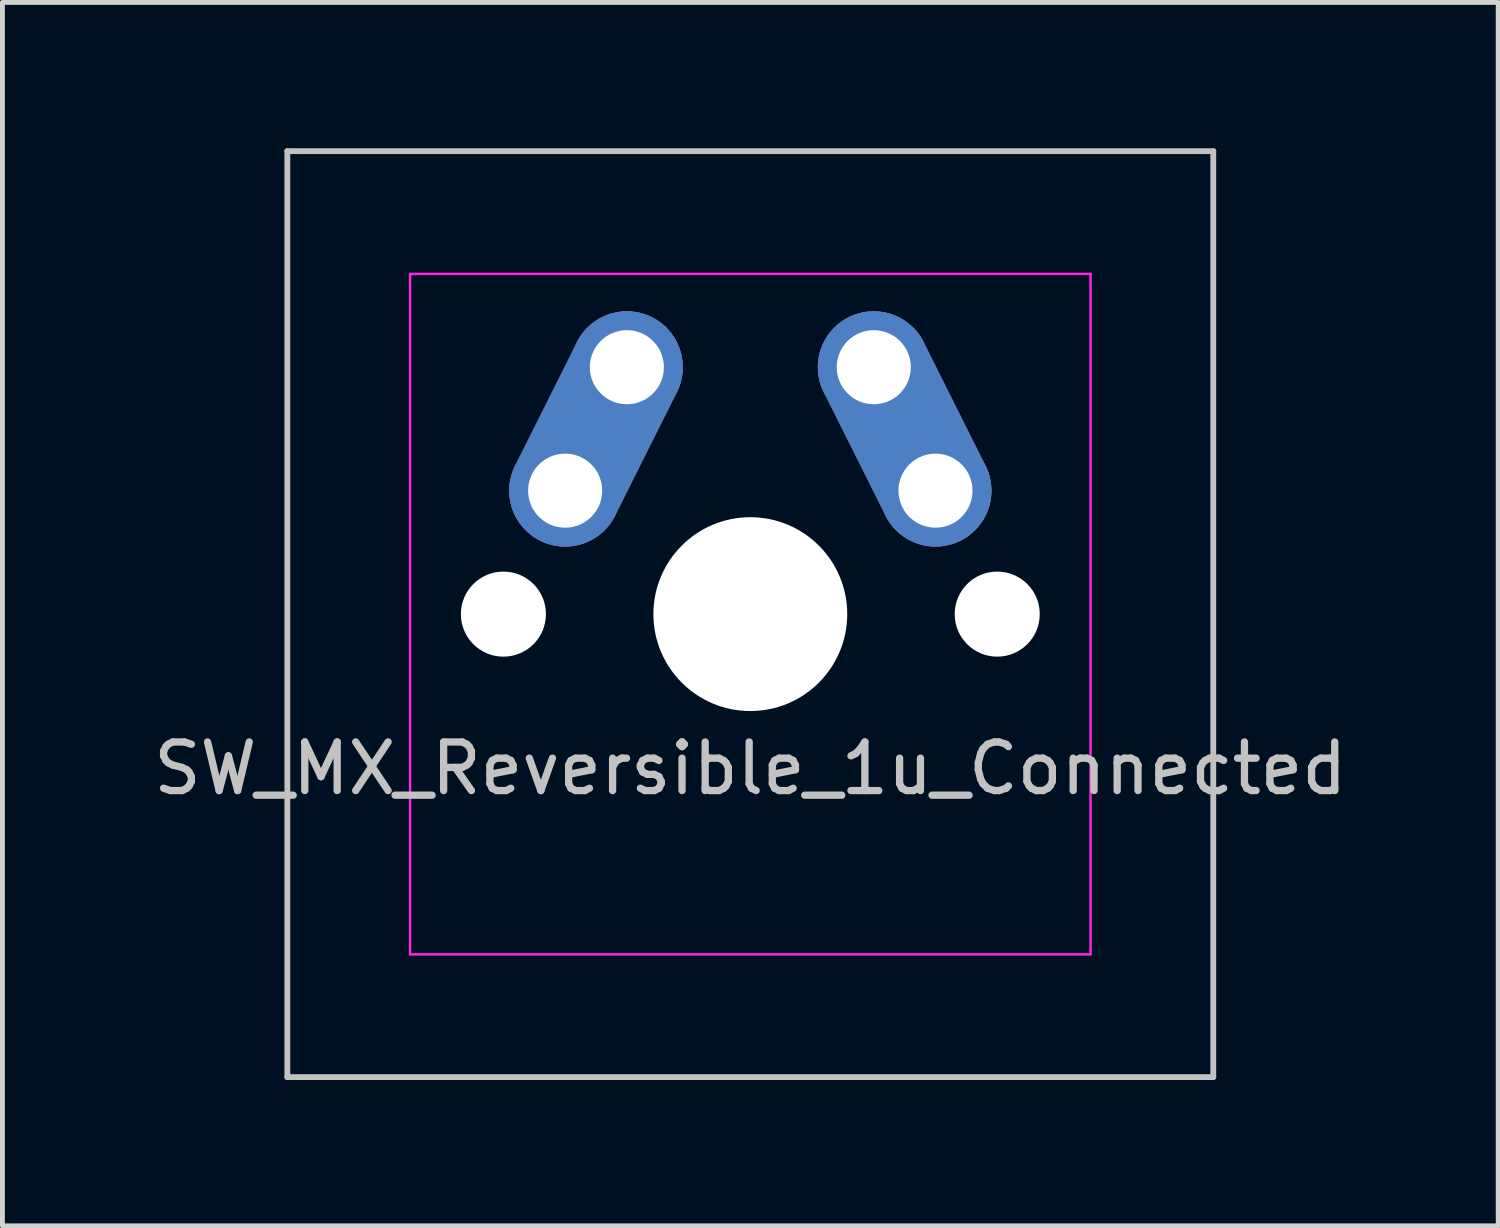
<source format=kicad_pcb>
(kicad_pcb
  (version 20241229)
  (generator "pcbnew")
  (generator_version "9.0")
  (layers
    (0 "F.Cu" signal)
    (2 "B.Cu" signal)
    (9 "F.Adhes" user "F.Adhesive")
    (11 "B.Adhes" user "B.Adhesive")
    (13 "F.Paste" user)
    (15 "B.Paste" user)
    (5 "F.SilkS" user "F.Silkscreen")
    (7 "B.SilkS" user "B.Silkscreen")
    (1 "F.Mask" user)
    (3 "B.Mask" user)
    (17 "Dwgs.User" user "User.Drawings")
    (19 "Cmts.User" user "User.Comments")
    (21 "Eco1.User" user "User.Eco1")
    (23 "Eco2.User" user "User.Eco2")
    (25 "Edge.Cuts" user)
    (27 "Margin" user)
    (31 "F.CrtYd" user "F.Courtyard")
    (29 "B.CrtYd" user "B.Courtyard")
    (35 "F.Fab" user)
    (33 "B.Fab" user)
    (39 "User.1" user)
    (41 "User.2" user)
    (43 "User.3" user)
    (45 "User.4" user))
  (footprint "SW_MX_Reversible_1u_Connected"
    (layer "F.Cu")
    (at 12.387 9.585)
    (property "Reference" "SW_MX_Reversible_1u_Connected" (at 0 3.175 0) (layer "Dwgs.User") (effects (font (size 1 1) (thickness 0.15))))
    (attr through_hole exclude_from_pos_files)
    (fp_line (start -9.525 -9.525) (end -9.525 9.525) (stroke (width 0.12) (type solid)) (layer "Dwgs.User"))
    (fp_line (start -9.525 9.525) (end 9.525 9.525) (stroke (width 0.12) (type solid)) (layer "Dwgs.User"))
    (fp_line (start 9.525 -9.525) (end -9.525 -9.525) (stroke (width 0.12) (type solid)) (layer "Dwgs.User"))
    (fp_line (start 9.525 9.525) (end 9.525 -9.525) (stroke (width 0.12) (type solid)) (layer "Dwgs.User"))
    (fp_line (start -7 6.5) (end -7 -6.5) (stroke (width 0.05) (type solid)) (layer "Eco2.User"))
    (fp_line (start -6.5 -7) (end 6.5 -7) (stroke (width 0.05) (type solid)) (layer "Eco2.User"))
    (fp_line (start 6.5 7) (end -6.5 7) (stroke (width 0.05) (type solid)) (layer "Eco2.User"))
    (fp_line (start 7 -6.5) (end 7 6.5) (stroke (width 0.05) (type solid)) (layer "Eco2.User"))
    (fp_arc (start -7 -6.5) (mid -6.853553 -6.853553) (end -6.5 -7) (stroke (width 0.05) (type solid)) (layer "Eco2.User"))
    (fp_arc (start -6.5 7) (mid -6.853553 6.853553) (end -7 6.5) (stroke (width 0.05) (type solid)) (layer "Eco2.User"))
    (fp_arc (start 6.5 -7) (mid 6.853553 -6.853553) (end 7 -6.5) (stroke (width 0.05) (type solid)) (layer "Eco2.User"))
    (fp_arc (start 6.997236 6.498884) (mid 6.850789 6.852437) (end 6.497236 6.998884) (stroke (width 0.05) (type solid)) (layer "Eco2.User"))
    (fp_line (start -7 -7) (end -7 7) (stroke (width 0.05) (type solid)) (layer "F.CrtYd"))
    (fp_line (start -7 7) (end 7 7) (stroke (width 0.05) (type solid)) (layer "F.CrtYd"))
    (fp_line (start 7 -7) (end -7 -7) (stroke (width 0.05) (type solid)) (layer "F.CrtYd"))
    (fp_line (start 7 7) (end 7 -7) (stroke (width 0.05) (type solid)) (layer "F.CrtYd"))
    (pad "" np_thru_hole circle (at -5.08 0) (size 1.75 1.75) (drill 1.75) (layers "*.Cu" "*.Mask"))
    (pad "" np_thru_hole circle (at 0 0) (size 3.988 3.988) (drill 3.988) (layers "*.Cu" "*.Mask"))
    (pad "" np_thru_hole circle (at 5.08 0) (size 1.75 1.75) (drill 1.75) (layers "*.Cu" "*.Mask"))
    (pad "1" thru_hole circle (at -3.81 -2.54) (size 2.3 2.3) (drill 1.524) (layers "*.Cu" "*.Mask"))
    (pad "1" smd oval (at -3.175 -3.81 153.4) (size 2.3 5.14) (layers "F.Cu" "F.Mask"))
    (pad "1" smd oval (at -3.175 -3.81 153.4) (size 2.3 5.14) (layers "B.Cu" "B.Mask"))
    (pad "1" thru_hole circle (at -2.54 -5.08) (size 2.3 2.3) (drill 1.524) (layers "*.Cu" "*.Mask"))
    (pad "2" thru_hole circle (at 2.54 -5.08) (size 2.3 2.3) (drill 1.524) (layers "*.Cu" "*.Mask"))
    (pad "2" smd oval (at 3.175 -3.81 206.6) (size 2.3 5.14) (layers "F.Cu" "F.Mask"))
    (pad "2" smd oval (at 3.175 -3.81 206.6) (size 2.3 5.14) (layers "B.Cu" "B.Mask"))
    (pad "2" thru_hole circle (at 3.81 -2.54) (size 2.3 2.3) (drill 1.524) (layers "*.Cu" "*.Mask")))
  (gr_rect
    (start -3 -3)
    (end 27.774 22.17)
    (stroke (width 0.1) (type default))
    (fill no)
    (layer "Edge.Cuts")))
</source>
